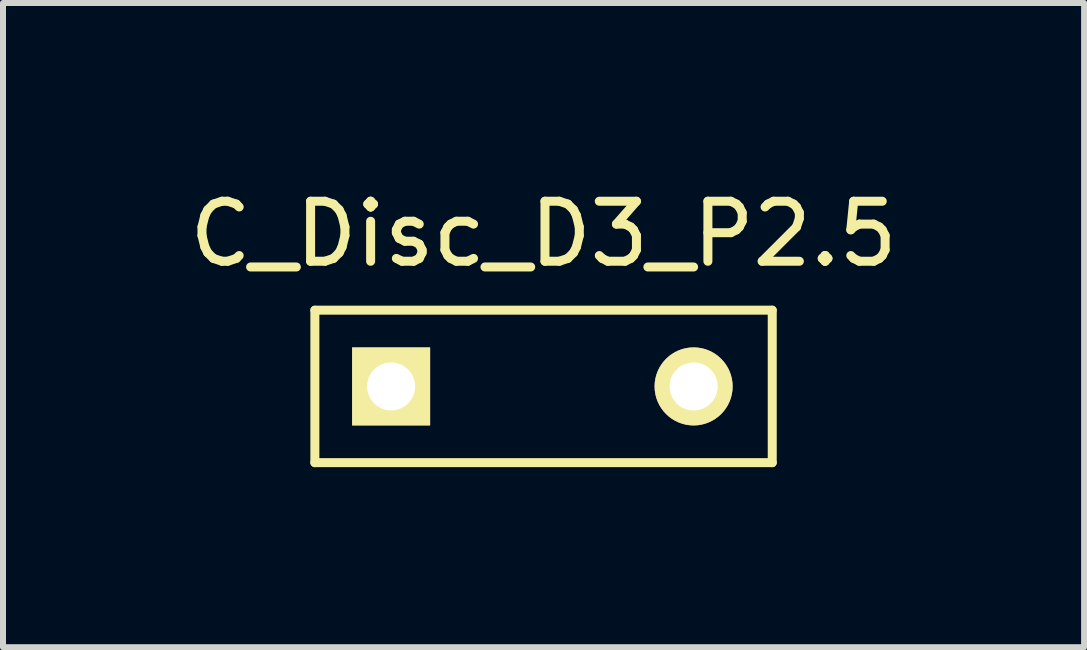
<source format=kicad_pcb>
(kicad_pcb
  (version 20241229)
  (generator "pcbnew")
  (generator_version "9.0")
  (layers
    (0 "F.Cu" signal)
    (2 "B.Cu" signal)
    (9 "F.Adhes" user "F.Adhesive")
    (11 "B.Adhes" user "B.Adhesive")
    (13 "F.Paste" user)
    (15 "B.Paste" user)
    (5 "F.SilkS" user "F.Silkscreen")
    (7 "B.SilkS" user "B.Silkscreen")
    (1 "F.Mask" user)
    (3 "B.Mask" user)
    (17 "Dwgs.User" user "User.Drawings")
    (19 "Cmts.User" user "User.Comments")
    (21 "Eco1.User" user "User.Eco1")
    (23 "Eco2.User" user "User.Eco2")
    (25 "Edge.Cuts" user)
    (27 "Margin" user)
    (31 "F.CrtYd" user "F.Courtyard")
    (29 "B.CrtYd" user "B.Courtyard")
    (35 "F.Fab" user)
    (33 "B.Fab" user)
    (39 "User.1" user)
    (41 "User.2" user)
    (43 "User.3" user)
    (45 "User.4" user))
  (footprint "C_Disc_D3_P2.5"
    (layer "F.Cu")
    (at 6.006 3.388)
    (property "Reference" "C_Disc_D3_P2.5" (at 0 -2.54 0) (layer "F.SilkS") (effects (font (size 1 1) (thickness 0.15))))
    (attr through_hole)
    (fp_line (start -3.81 -1.27) (end 3.81 -1.27) (stroke (width 0.15) (type solid)) (layer "F.SilkS"))
    (fp_line (start -3.81 1.27) (end -3.81 -1.27) (stroke (width 0.15) (type solid)) (layer "F.SilkS"))
    (fp_line (start 3.81 -1.27) (end 3.81 1.27) (stroke (width 0.15) (type solid)) (layer "F.SilkS"))
    (fp_line (start 3.81 1.27) (end -3.81 1.27) (stroke (width 0.15) (type solid)) (layer "F.SilkS"))
    (pad "1" thru_hole rect (at -2.54 0) (size 1.3 1.3) (drill 0.8) (layers "*.Cu" "*.Mask" "F.SilkS"))
    (pad "2" thru_hole circle (at 2.5 0) (size 1.3 1.3) (drill 0.8) (layers "*.Cu" "*.Mask" "F.SilkS")))
  (gr_rect
    (start -3 -3)
    (end 15.012 7.733)
    (stroke (width 0.1) (type default))
    (fill no)
    (layer "Edge.Cuts")))
</source>
